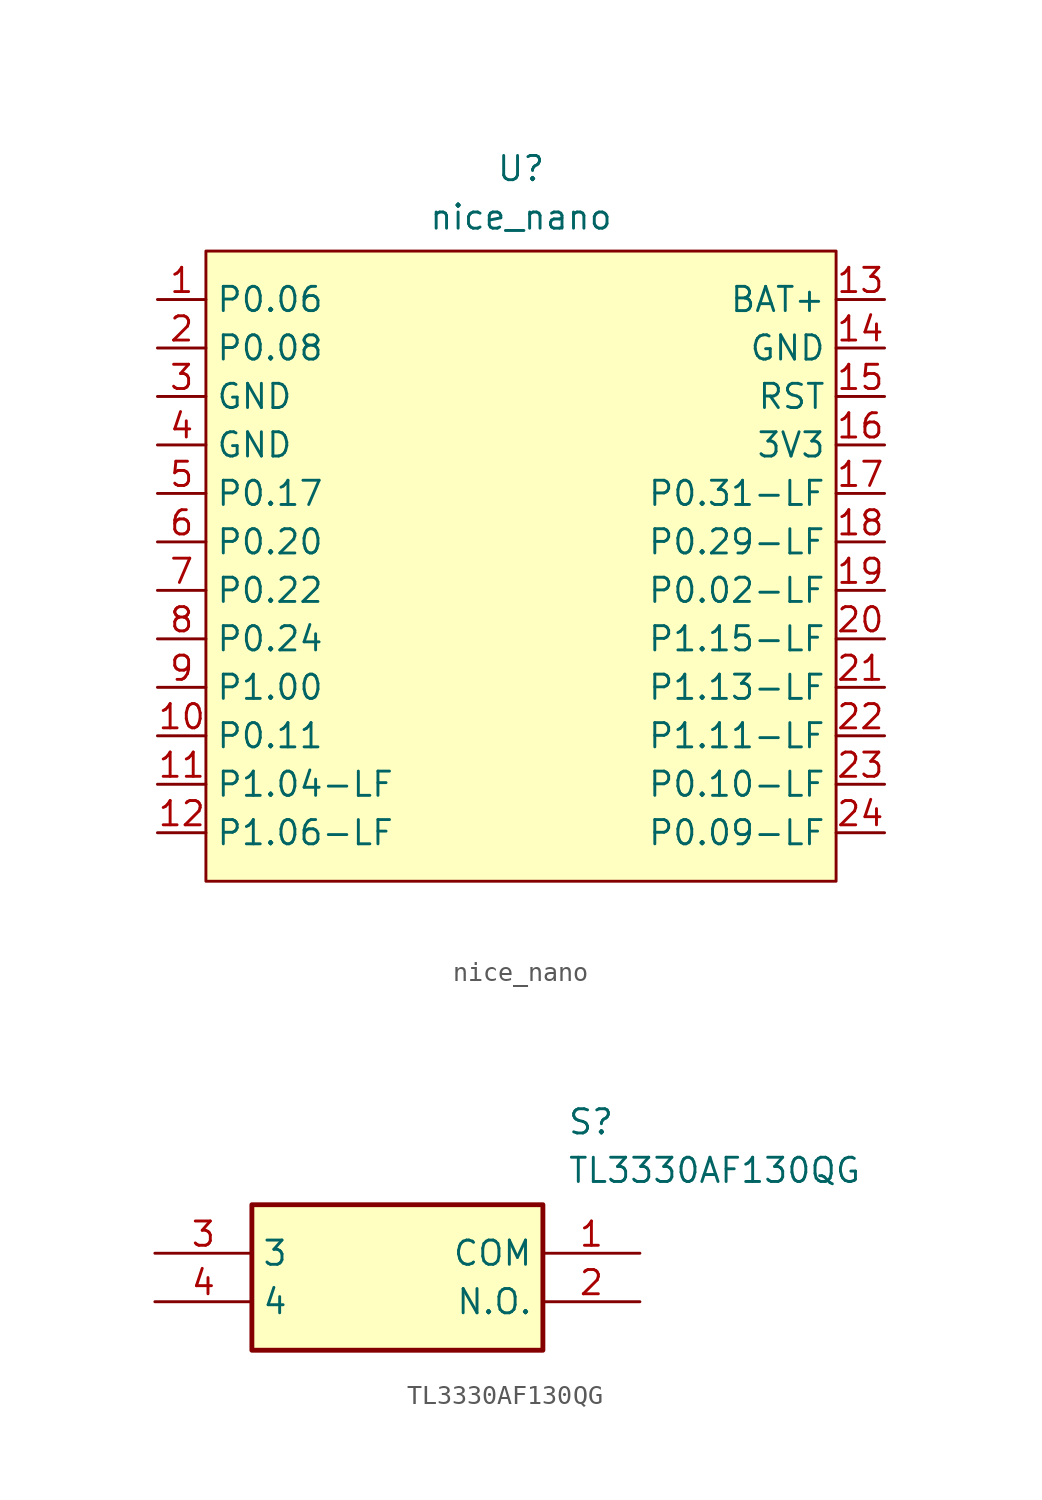
<source format=kicad_sym>
(kicad_symbol_lib
  (version 20231120)
  (generator "kicad_symbol_editor")
  (generator_version "8.0")
  (symbol "nice_nano"
    (property "Reference" "U"
      (at 0 20.828 0)
      (effects (font (size 1.27 1.27))))
    (property "Value" "nice_nano"
      (at 0 18.288 0)
      (effects (font (size 1.27 1.27))))
    (symbol "nice_nano_0_0"
      (pin bidirectional line (at -19.05 13.97 0) (length 2.54) (name "P0.06" (effects (font (size 1.27 1.27)))) (number "1" (effects (font (size 1.27 1.27)))))
      (pin bidirectional line (at -19.05 -8.89 0) (length 2.54) (name "P0.11" (effects (font (size 1.27 1.27)))) (number "10" (effects (font (size 1.27 1.27)))))
      (pin bidirectional line (at -19.05 -11.43 0) (length 2.54) (name "P1.04-LF" (effects (font (size 1.27 1.27)))) (number "11" (effects (font (size 1.27 1.27)))))
      (pin bidirectional line (at -19.05 -13.97 0) (length 2.54) (name "P1.06-LF" (effects (font (size 1.27 1.27)))) (number "12" (effects (font (size 1.27 1.27)))))
      (pin power_out line (at 19.05 11.43 180) (length 2.54) (name "GND" (effects (font (size 1.27 1.27)))) (number "14" (effects (font (size 1.27 1.27)))))
      (pin bidirectional line (at 19.05 8.89 180) (length 2.54) (name "RST" (effects (font (size 1.27 1.27)))) (number "15" (effects (font (size 1.27 1.27)))))
      (pin bidirectional line (at 19.05 3.81 180) (length 2.54) (name "P0.31-LF" (effects (font (size 1.27 1.27)))) (number "17" (effects (font (size 1.27 1.27)))))
      (pin bidirectional line (at 19.05 1.27 180) (length 2.54) (name "P0.29-LF" (effects (font (size 1.27 1.27)))) (number "18" (effects (font (size 1.27 1.27)))))
      (pin bidirectional line (at 19.05 -1.27 180) (length 2.54) (name "P0.02-LF" (effects (font (size 1.27 1.27)))) (number "19" (effects (font (size 1.27 1.27)))))
      (pin bidirectional line (at -19.05 11.43 0) (length 2.54) (name "P0.08" (effects (font (size 1.27 1.27)))) (number "2" (effects (font (size 1.27 1.27)))))
      (pin bidirectional line (at 19.05 -3.81 180) (length 2.54) (name "P1.15-LF" (effects (font (size 1.27 1.27)))) (number "20" (effects (font (size 1.27 1.27)))))
      (pin bidirectional line (at 19.05 -6.35 180) (length 2.54) (name "P1.13-LF" (effects (font (size 1.27 1.27)))) (number "21" (effects (font (size 1.27 1.27)))))
      (pin bidirectional line (at 19.05 -8.89 180) (length 2.54) (name "P1.11-LF" (effects (font (size 1.27 1.27)))) (number "22" (effects (font (size 1.27 1.27)))))
      (pin bidirectional line (at 19.05 -13.97 180) (length 2.54) (name "P0.09-LF" (effects (font (size 1.27 1.27)))) (number "24" (effects (font (size 1.27 1.27)))))
      (pin power_out line (at -19.05 8.89 0) (length 2.54) (name "GND" (effects (font (size 1.27 1.27)))) (number "3" (effects (font (size 1.27 1.27)))))
      (pin power_out line (at -19.05 6.35 0) (length 2.54) (name "GND" (effects (font (size 1.27 1.27)))) (number "4" (effects (font (size 1.27 1.27)))))
      (pin bidirectional line (at -19.05 3.81 0) (length 2.54) (name "P0.17" (effects (font (size 1.27 1.27)))) (number "5" (effects (font (size 1.27 1.27)))))
      (pin bidirectional line (at -19.05 1.27 0) (length 2.54) (name "P0.20" (effects (font (size 1.27 1.27)))) (number "6" (effects (font (size 1.27 1.27)))))
      (pin bidirectional line (at -19.05 -1.27 0) (length 2.54) (name "P0.22" (effects (font (size 1.27 1.27)))) (number "7" (effects (font (size 1.27 1.27)))))
      (pin bidirectional line (at -19.05 -3.81 0) (length 2.54) (name "P0.24" (effects (font (size 1.27 1.27)))) (number "8" (effects (font (size 1.27 1.27)))))
      (pin bidirectional line (at -19.05 -6.35 0) (length 2.54) (name "P1.00" (effects (font (size 1.27 1.27)))) (number "9" (effects (font (size 1.27 1.27))))))
    (symbol "nice_nano_1_0"
      (pin power_out line (at 19.05 13.97 180) (length 2.54) (name "BAT+" (effects (font (size 1.27 1.27)))) (number "13" (effects (font (size 1.27 1.27)))))
      (pin power_out line (at 19.05 6.35 180) (length 2.54) (name "3V3" (effects (font (size 1.27 1.27)))) (number "16" (effects (font (size 1.27 1.27)))))
      (pin bidirectional line (at 19.05 -11.43 180) (length 2.54) (name "P0.10-LF" (effects (font (size 1.27 1.27)))) (number "23" (effects (font (size 1.27 1.27))))))
    (symbol "nice_nano_1_1"
      (rectangle (start -16.51 16.51) (end 16.51 -16.51) (stroke (width 0) (type default)) (fill (type background)))))
  (symbol "TL3330AF130QG"
    (property "Reference" "S"
      (at 21.59 7.62 0)
      (effects (font (size 1.27 1.27)) (justify left top)))
    (property "Value" "TL3330AF130QG"
      (at 21.59 5.08 0)
      (effects (font (size 1.27 1.27)) (justify left top)))
    (symbol "TL3330AF130QG_1_1"
      (rectangle (start 5.08 2.54) (end 20.32 -5.08) (stroke (width 0.254) (type default)) (fill (type background)))
      (pin passive line (at 25.4 0 180) (length 5.08) (name "COM" (effects (font (size 1.27 1.27)))) (number "1" (effects (font (size 1.27 1.27)))))
      (pin passive line (at 25.4 -2.54 180) (length 5.08) (name "N.O." (effects (font (size 1.27 1.27)))) (number "2" (effects (font (size 1.27 1.27)))))
      (pin passive line (at 0 0 0) (length 5.08) (name "3" (effects (font (size 1.27 1.27)))) (number "3" (effects (font (size 1.27 1.27)))))
      (pin passive line (at 0 -2.54 0) (length 5.08) (name "4" (effects (font (size 1.27 1.27)))) (number "4" (effects (font (size 1.27 1.27))))))))
</source>
